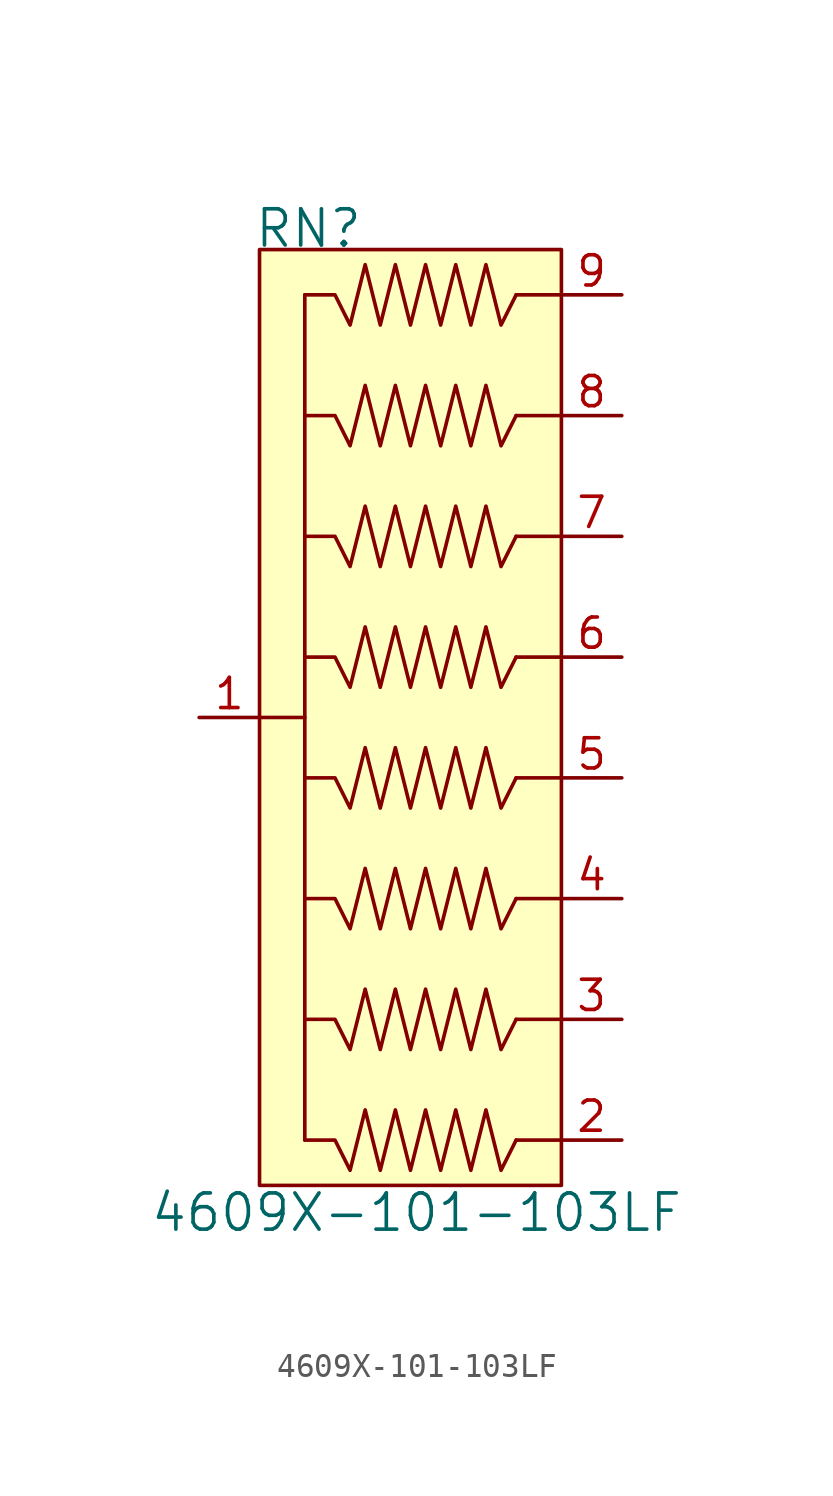
<source format=kicad_sym>
(kicad_symbol_lib
  (version 20201005)
  (generator kicad_symbol_editor)
  (symbol "4609X-101-103LF"
    (pin_names
      (offset 1.016))
    (property "Reference" "RN"
      (at -6.858 20.574 0)
      (effects (font (size 1.524 1.524)) (justify left)))
    (property "Value" "4609X-101-103LF"
      (at 0 -20.828 0)
      (effects (font (size 1.524 1.524))))
    (symbol "4609X-101-103LF_0_1"
      (rectangle (start -6.604 -19.685) (end 6.096 19.685) (stroke (width 0)) (fill (type background)))
      (polyline (pts (xy -6.604 0) (xy -4.699 0)) (stroke (width 0)) (fill (type none)))
      (polyline (pts (xy -4.699 -17.78) (xy -4.699 17.78)) (stroke (width 0)) (fill (type none))))
    (symbol "4609X-101-103LF_1_1"
      (polyline (pts (xy 6.096 -17.78) (xy 4.191 -17.78)) (stroke (width 0)) (fill (type none)))
      (polyline (pts (xy 6.096 -12.7) (xy 4.191 -12.7)) (stroke (width 0)) (fill (type none)))
      (polyline (pts (xy 6.096 -7.62) (xy 4.191 -7.62)) (stroke (width 0)) (fill (type none)))
      (polyline (pts (xy 6.096 -2.54) (xy 4.191 -2.54)) (stroke (width 0)) (fill (type none)))
      (polyline (pts (xy 6.096 2.54) (xy 4.191 2.54)) (stroke (width 0)) (fill (type none)))
      (polyline (pts (xy 6.096 7.62) (xy 4.191 7.62)) (stroke (width 0)) (fill (type none)))
      (polyline (pts (xy 6.096 12.7) (xy 4.191 12.7)) (stroke (width 0)) (fill (type none)))
      (polyline (pts (xy 6.096 17.78) (xy 4.191 17.78)) (stroke (width 0)) (fill (type none)))
      (polyline (pts (xy 4.191 -17.78) (xy 3.556 -19.05) (xy 2.921 -16.51) (xy 2.286 -19.05) (xy 1.651 -16.51) (xy 1.016 -19.05) (xy 0.381 -16.51) (xy -0.254 -19.05) (xy -0.889 -16.51) (xy -1.524 -19.05) (xy -2.159 -16.51) (xy -2.794 -19.05) (xy -3.429 -17.78) (xy -4.699 -17.78)) (stroke (width 0)) (fill (type none)))
      (polyline (pts (xy 4.191 -12.7) (xy 3.556 -13.97) (xy 2.921 -11.43) (xy 2.286 -13.97) (xy 1.651 -11.43) (xy 1.016 -13.97) (xy 0.381 -11.43) (xy -0.254 -13.97) (xy -0.889 -11.43) (xy -1.524 -13.97) (xy -2.159 -11.43) (xy -2.794 -13.97) (xy -3.429 -12.7) (xy -4.699 -12.7)) (stroke (width 0)) (fill (type none)))
      (polyline (pts (xy 4.191 -7.62) (xy 3.556 -8.89) (xy 2.921 -6.35) (xy 2.286 -8.89) (xy 1.651 -6.35) (xy 1.016 -8.89) (xy 0.381 -6.35) (xy -0.254 -8.89) (xy -0.889 -6.35) (xy -1.524 -8.89) (xy -2.159 -6.35) (xy -2.794 -8.89) (xy -3.429 -7.62) (xy -4.699 -7.62)) (stroke (width 0)) (fill (type none)))
      (polyline (pts (xy 4.191 -2.54) (xy 3.556 -3.81) (xy 2.921 -1.27) (xy 2.286 -3.81) (xy 1.651 -1.27) (xy 1.016 -3.81) (xy 0.381 -1.27) (xy -0.254 -3.81) (xy -0.889 -1.27) (xy -1.524 -3.81) (xy -2.159 -1.27) (xy -2.794 -3.81) (xy -3.429 -2.54) (xy -4.699 -2.54)) (stroke (width 0)) (fill (type none)))
      (polyline (pts (xy 4.191 2.54) (xy 3.556 1.27) (xy 2.921 3.81) (xy 2.286 1.27) (xy 1.651 3.81) (xy 1.016 1.27) (xy 0.381 3.81) (xy -0.254 1.27) (xy -0.889 3.81) (xy -1.524 1.27) (xy -2.159 3.81) (xy -2.794 1.27) (xy -3.429 2.54) (xy -4.699 2.54)) (stroke (width 0)) (fill (type none)))
      (polyline (pts (xy 4.191 7.62) (xy 3.556 6.35) (xy 2.921 8.89) (xy 2.286 6.35) (xy 1.651 8.89) (xy 1.016 6.35) (xy 0.381 8.89) (xy -0.254 6.35) (xy -0.889 8.89) (xy -1.524 6.35) (xy -2.159 8.89) (xy -2.794 6.35) (xy -3.429 7.62) (xy -4.699 7.62)) (stroke (width 0)) (fill (type none)))
      (polyline (pts (xy 4.191 12.7) (xy 3.556 11.43) (xy 2.921 13.97) (xy 2.286 11.43) (xy 1.651 13.97) (xy 1.016 11.43) (xy 0.381 13.97) (xy -0.254 11.43) (xy -0.889 13.97) (xy -1.524 11.43) (xy -2.159 13.97) (xy -2.794 11.43) (xy -3.429 12.7) (xy -4.699 12.7)) (stroke (width 0)) (fill (type none)))
      (polyline (pts (xy 4.191 17.78) (xy 3.556 16.51) (xy 2.921 19.05) (xy 2.286 16.51) (xy 1.651 19.05) (xy 1.016 16.51) (xy 0.381 19.05) (xy -0.254 16.51) (xy -0.889 19.05) (xy -1.524 16.51) (xy -2.159 19.05) (xy -2.794 16.51) (xy -3.429 17.78) (xy -4.699 17.78)) (stroke (width 0)) (fill (type none)))
      (pin passive line (at -9.144 0 0) (length 2.54) (name "~" (effects (font (size 1.27 1.27)))) (number "1" (effects (font (size 1.27 1.27)))))
      (pin passive line (at 8.636 -17.78 180) (length 2.54) (name "~" (effects (font (size 1.27 1.27)))) (number "2" (effects (font (size 1.27 1.27)))))
      (pin passive line (at 8.636 -12.7 180) (length 2.54) (name "~" (effects (font (size 1.27 1.27)))) (number "3" (effects (font (size 1.27 1.27)))))
      (pin passive line (at 8.636 -7.62 180) (length 2.54) (name "~" (effects (font (size 1.27 1.27)))) (number "4" (effects (font (size 1.27 1.27)))))
      (pin passive line (at 8.636 -2.54 180) (length 2.54) (name "~" (effects (font (size 1.27 1.27)))) (number "5" (effects (font (size 1.27 1.27)))))
      (pin passive line (at 8.636 2.54 180) (length 2.54) (name "~" (effects (font (size 1.27 1.27)))) (number "6" (effects (font (size 1.27 1.27)))))
      (pin passive line (at 8.636 7.62 180) (length 2.54) (name "~" (effects (font (size 1.27 1.27)))) (number "7" (effects (font (size 1.27 1.27)))))
      (pin passive line (at 8.636 12.7 180) (length 2.54) (name "~" (effects (font (size 1.27 1.27)))) (number "8" (effects (font (size 1.27 1.27)))))
      (pin passive line (at 8.636 17.78 180) (length 2.54) (name "~" (effects (font (size 1.27 1.27)))) (number "9" (effects (font (size 1.27 1.27))))))))
</source>
